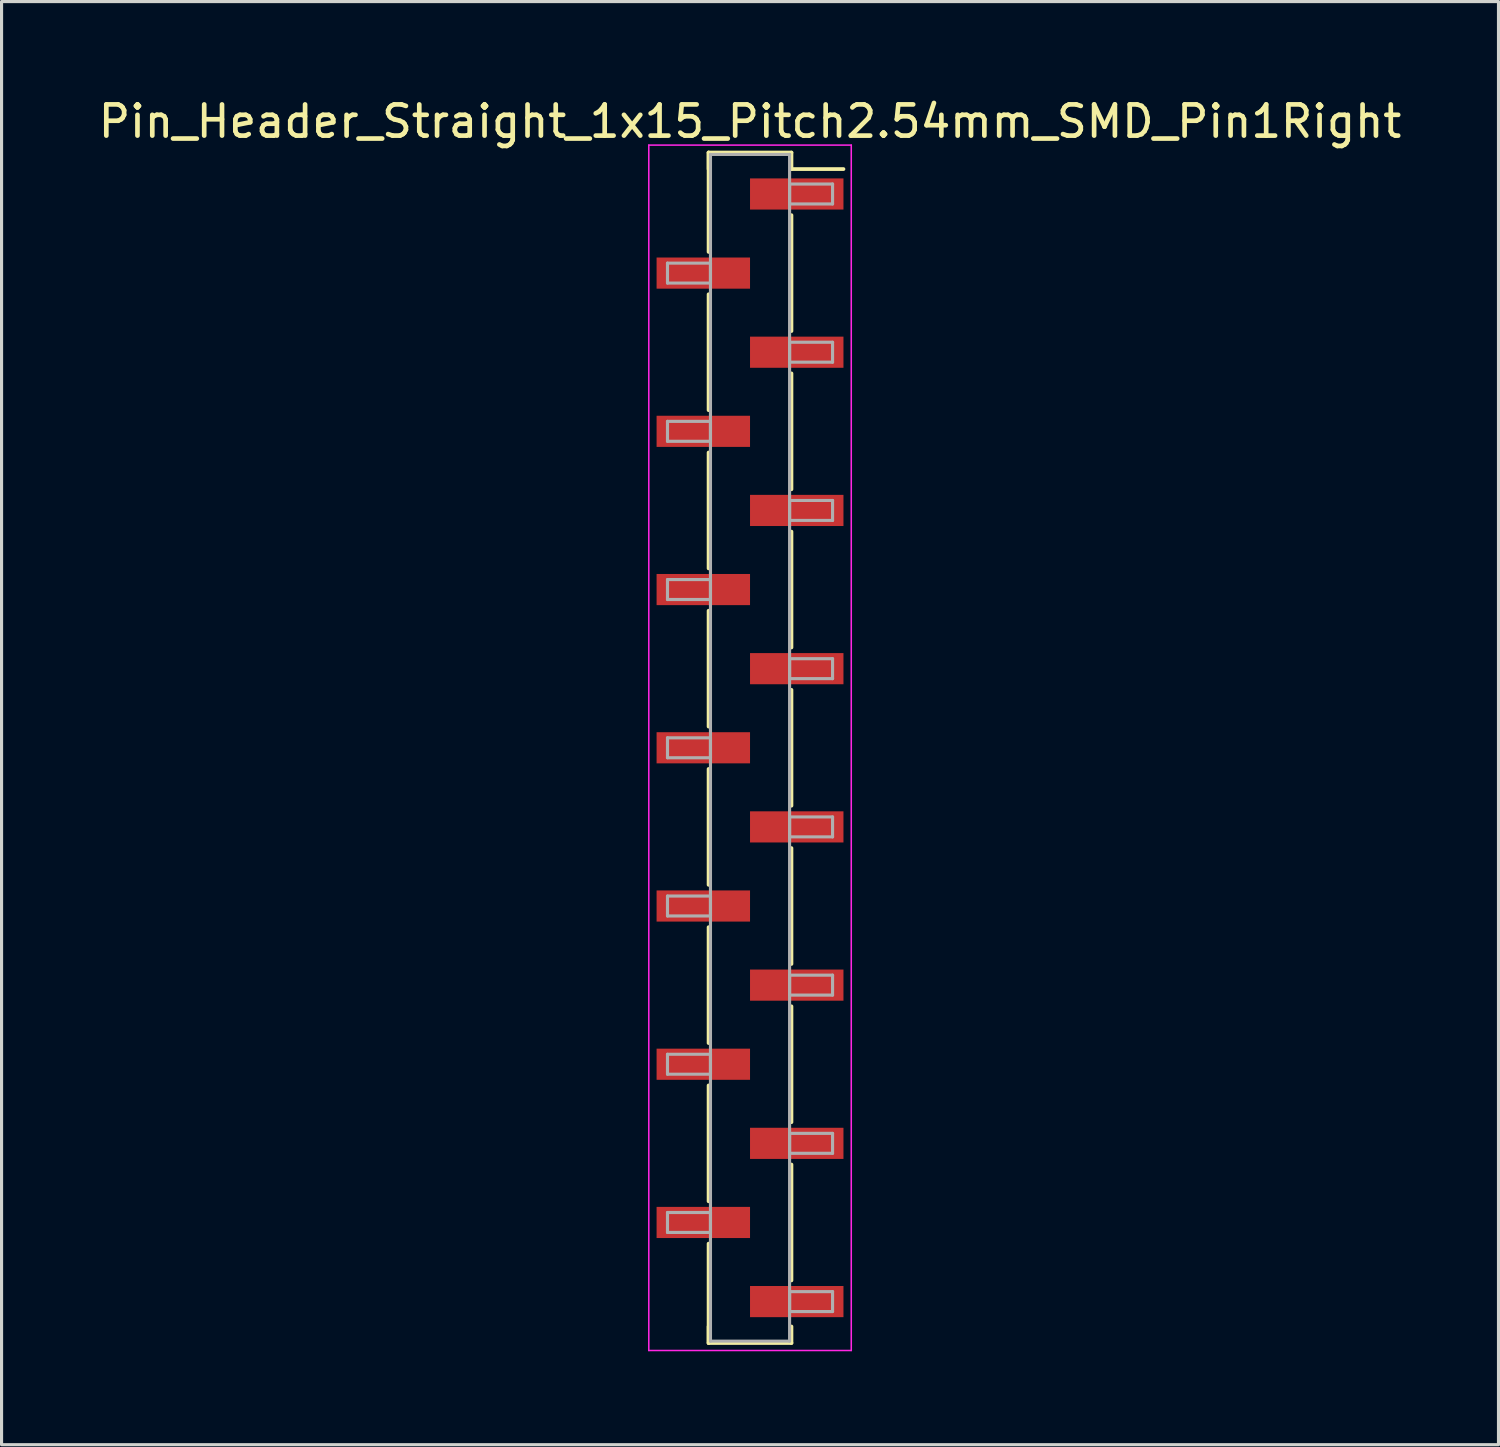
<source format=kicad_pcb>
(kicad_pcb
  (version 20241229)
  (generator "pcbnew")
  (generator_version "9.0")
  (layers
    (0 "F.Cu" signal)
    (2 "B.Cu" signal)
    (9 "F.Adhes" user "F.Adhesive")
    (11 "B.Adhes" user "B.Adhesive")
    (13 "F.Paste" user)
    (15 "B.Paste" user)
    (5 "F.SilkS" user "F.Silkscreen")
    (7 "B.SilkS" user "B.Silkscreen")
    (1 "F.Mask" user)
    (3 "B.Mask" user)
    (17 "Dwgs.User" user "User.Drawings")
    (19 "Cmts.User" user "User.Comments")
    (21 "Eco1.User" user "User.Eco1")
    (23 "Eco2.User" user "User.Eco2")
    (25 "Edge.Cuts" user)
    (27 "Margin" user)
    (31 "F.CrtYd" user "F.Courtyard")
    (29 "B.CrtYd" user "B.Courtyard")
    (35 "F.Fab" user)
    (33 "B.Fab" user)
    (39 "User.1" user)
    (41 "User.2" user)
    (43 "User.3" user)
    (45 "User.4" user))
  (footprint "Pin_Header_Straight_1x15_Pitch2.54mm_SMD_Pin1Right"
    (layer "F.Cu")
    (at 21.03 20.958)
    (property "Reference" "Pin_Header_Straight_1x15_Pitch2.54mm_SMD_Pin1Right" (at 0 -20.11 0) (layer "F.SilkS") (effects (font (size 1 1) (thickness 0.15))))
    (attr smd)
    (fp_line (start -1.33 -19.11) (end -1.33 -15.92) (stroke (width 0.12) (type solid)) (layer "F.SilkS"))
    (fp_line (start -1.33 -19.11) (end 1.33 -19.11) (stroke (width 0.12) (type solid)) (layer "F.SilkS"))
    (fp_line (start -1.33 -18.58) (end -1.33 -19.11) (stroke (width 0.12) (type solid)) (layer "F.SilkS"))
    (fp_line (start -1.33 -14.56) (end -1.33 -10.84) (stroke (width 0.12) (type solid)) (layer "F.SilkS"))
    (fp_line (start -1.33 -9.48) (end -1.33 -5.76) (stroke (width 0.12) (type solid)) (layer "F.SilkS"))
    (fp_line (start -1.33 -4.4) (end -1.33 -0.68) (stroke (width 0.12) (type solid)) (layer "F.SilkS"))
    (fp_line (start -1.33 0.68) (end -1.33 4.4) (stroke (width 0.12) (type solid)) (layer "F.SilkS"))
    (fp_line (start -1.33 5.76) (end -1.33 9.48) (stroke (width 0.12) (type solid)) (layer "F.SilkS"))
    (fp_line (start -1.33 10.84) (end -1.33 14.56) (stroke (width 0.12) (type solid)) (layer "F.SilkS"))
    (fp_line (start -1.33 15.92) (end -1.33 19.11) (stroke (width 0.12) (type solid)) (layer "F.SilkS"))
    (fp_line (start -1.33 18.58) (end -1.33 19.11) (stroke (width 0.12) (type solid)) (layer "F.SilkS"))
    (fp_line (start -1.33 19.11) (end 1.33 19.11) (stroke (width 0.12) (type solid)) (layer "F.SilkS"))
    (fp_line (start 1.33 -19.11) (end 1.33 -18.58) (stroke (width 0.12) (type solid)) (layer "F.SilkS"))
    (fp_line (start 1.33 -18.58) (end 3 -18.58) (stroke (width 0.12) (type solid)) (layer "F.SilkS"))
    (fp_line (start 1.33 -17.1) (end 1.33 -13.38) (stroke (width 0.12) (type solid)) (layer "F.SilkS"))
    (fp_line (start 1.33 -12.02) (end 1.33 -8.3) (stroke (width 0.12) (type solid)) (layer "F.SilkS"))
    (fp_line (start 1.33 -6.94) (end 1.33 -3.22) (stroke (width 0.12) (type solid)) (layer "F.SilkS"))
    (fp_line (start 1.33 -1.86) (end 1.33 1.86) (stroke (width 0.12) (type solid)) (layer "F.SilkS"))
    (fp_line (start 1.33 3.22) (end 1.33 6.94) (stroke (width 0.12) (type solid)) (layer "F.SilkS"))
    (fp_line (start 1.33 8.3) (end 1.33 12.02) (stroke (width 0.12) (type solid)) (layer "F.SilkS"))
    (fp_line (start 1.33 13.38) (end 1.33 17.1) (stroke (width 0.12) (type solid)) (layer "F.SilkS"))
    (fp_line (start 1.33 19.11) (end 1.33 18.58) (stroke (width 0.12) (type solid)) (layer "F.SilkS"))
    (fp_line (start -3.25 -19.35) (end -3.25 19.35) (stroke (width 0.05) (type solid)) (layer "F.CrtYd"))
    (fp_line (start -3.25 19.35) (end 3.25 19.35) (stroke (width 0.05) (type solid)) (layer "F.CrtYd"))
    (fp_line (start 3.25 -19.35) (end -3.25 -19.35) (stroke (width 0.05) (type solid)) (layer "F.CrtYd"))
    (fp_line (start 3.25 19.35) (end 3.25 -19.35) (stroke (width 0.05) (type solid)) (layer "F.CrtYd"))
    (fp_line (start -2.65 -15.56) (end -1.27 -15.56) (stroke (width 0.1) (type solid)) (layer "F.Fab"))
    (fp_line (start -2.65 -14.92) (end -2.65 -15.56) (stroke (width 0.1) (type solid)) (layer "F.Fab"))
    (fp_line (start -2.65 -10.48) (end -1.27 -10.48) (stroke (width 0.1) (type solid)) (layer "F.Fab"))
    (fp_line (start -2.65 -9.84) (end -2.65 -10.48) (stroke (width 0.1) (type solid)) (layer "F.Fab"))
    (fp_line (start -2.65 -5.4) (end -1.27 -5.4) (stroke (width 0.1) (type solid)) (layer "F.Fab"))
    (fp_line (start -2.65 -4.76) (end -2.65 -5.4) (stroke (width 0.1) (type solid)) (layer "F.Fab"))
    (fp_line (start -2.65 -0.32) (end -1.27 -0.32) (stroke (width 0.1) (type solid)) (layer "F.Fab"))
    (fp_line (start -2.65 0.32) (end -2.65 -0.32) (stroke (width 0.1) (type solid)) (layer "F.Fab"))
    (fp_line (start -2.65 4.76) (end -1.27 4.76) (stroke (width 0.1) (type solid)) (layer "F.Fab"))
    (fp_line (start -2.65 5.4) (end -2.65 4.76) (stroke (width 0.1) (type solid)) (layer "F.Fab"))
    (fp_line (start -2.65 9.84) (end -1.27 9.84) (stroke (width 0.1) (type solid)) (layer "F.Fab"))
    (fp_line (start -2.65 10.48) (end -2.65 9.84) (stroke (width 0.1) (type solid)) (layer "F.Fab"))
    (fp_line (start -2.65 14.92) (end -1.27 14.92) (stroke (width 0.1) (type solid)) (layer "F.Fab"))
    (fp_line (start -2.65 15.56) (end -2.65 14.92) (stroke (width 0.1) (type solid)) (layer "F.Fab"))
    (fp_line (start -1.27 -19.05) (end -1.27 19.05) (stroke (width 0.1) (type solid)) (layer "F.Fab"))
    (fp_line (start -1.27 -15.56) (end -1.27 -14.92) (stroke (width 0.1) (type solid)) (layer "F.Fab"))
    (fp_line (start -1.27 -14.92) (end -2.65 -14.92) (stroke (width 0.1) (type solid)) (layer "F.Fab"))
    (fp_line (start -1.27 -10.48) (end -1.27 -9.84) (stroke (width 0.1) (type solid)) (layer "F.Fab"))
    (fp_line (start -1.27 -9.84) (end -2.65 -9.84) (stroke (width 0.1) (type solid)) (layer "F.Fab"))
    (fp_line (start -1.27 -5.4) (end -1.27 -4.76) (stroke (width 0.1) (type solid)) (layer "F.Fab"))
    (fp_line (start -1.27 -4.76) (end -2.65 -4.76) (stroke (width 0.1) (type solid)) (layer "F.Fab"))
    (fp_line (start -1.27 -0.32) (end -1.27 0.32) (stroke (width 0.1) (type solid)) (layer "F.Fab"))
    (fp_line (start -1.27 0.32) (end -2.65 0.32) (stroke (width 0.1) (type solid)) (layer "F.Fab"))
    (fp_line (start -1.27 4.76) (end -1.27 5.4) (stroke (width 0.1) (type solid)) (layer "F.Fab"))
    (fp_line (start -1.27 5.4) (end -2.65 5.4) (stroke (width 0.1) (type solid)) (layer "F.Fab"))
    (fp_line (start -1.27 9.84) (end -1.27 10.48) (stroke (width 0.1) (type solid)) (layer "F.Fab"))
    (fp_line (start -1.27 10.48) (end -2.65 10.48) (stroke (width 0.1) (type solid)) (layer "F.Fab"))
    (fp_line (start -1.27 14.92) (end -1.27 15.56) (stroke (width 0.1) (type solid)) (layer "F.Fab"))
    (fp_line (start -1.27 15.56) (end -2.65 15.56) (stroke (width 0.1) (type solid)) (layer "F.Fab"))
    (fp_line (start -1.27 19.05) (end 1.27 19.05) (stroke (width 0.1) (type solid)) (layer "F.Fab"))
    (fp_line (start 1.27 -19.05) (end -1.27 -19.05) (stroke (width 0.1) (type solid)) (layer "F.Fab"))
    (fp_line (start 1.27 -18.1) (end 1.27 -17.46) (stroke (width 0.1) (type solid)) (layer "F.Fab"))
    (fp_line (start 1.27 -17.46) (end 2.65 -17.46) (stroke (width 0.1) (type solid)) (layer "F.Fab"))
    (fp_line (start 1.27 -13.02) (end 1.27 -12.38) (stroke (width 0.1) (type solid)) (layer "F.Fab"))
    (fp_line (start 1.27 -12.38) (end 2.65 -12.38) (stroke (width 0.1) (type solid)) (layer "F.Fab"))
    (fp_line (start 1.27 -7.94) (end 1.27 -7.3) (stroke (width 0.1) (type solid)) (layer "F.Fab"))
    (fp_line (start 1.27 -7.3) (end 2.65 -7.3) (stroke (width 0.1) (type solid)) (layer "F.Fab"))
    (fp_line (start 1.27 -2.86) (end 1.27 -2.22) (stroke (width 0.1) (type solid)) (layer "F.Fab"))
    (fp_line (start 1.27 -2.22) (end 2.65 -2.22) (stroke (width 0.1) (type solid)) (layer "F.Fab"))
    (fp_line (start 1.27 2.22) (end 1.27 2.86) (stroke (width 0.1) (type solid)) (layer "F.Fab"))
    (fp_line (start 1.27 2.86) (end 2.65 2.86) (stroke (width 0.1) (type solid)) (layer "F.Fab"))
    (fp_line (start 1.27 7.3) (end 1.27 7.94) (stroke (width 0.1) (type solid)) (layer "F.Fab"))
    (fp_line (start 1.27 7.94) (end 2.65 7.94) (stroke (width 0.1) (type solid)) (layer "F.Fab"))
    (fp_line (start 1.27 12.38) (end 1.27 13.02) (stroke (width 0.1) (type solid)) (layer "F.Fab"))
    (fp_line (start 1.27 13.02) (end 2.65 13.02) (stroke (width 0.1) (type solid)) (layer "F.Fab"))
    (fp_line (start 1.27 17.46) (end 1.27 18.1) (stroke (width 0.1) (type solid)) (layer "F.Fab"))
    (fp_line (start 1.27 18.1) (end 2.65 18.1) (stroke (width 0.1) (type solid)) (layer "F.Fab"))
    (fp_line (start 1.27 19.05) (end 1.27 -19.05) (stroke (width 0.1) (type solid)) (layer "F.Fab"))
    (fp_line (start 2.65 -18.1) (end 1.27 -18.1) (stroke (width 0.1) (type solid)) (layer "F.Fab"))
    (fp_line (start 2.65 -17.46) (end 2.65 -18.1) (stroke (width 0.1) (type solid)) (layer "F.Fab"))
    (fp_line (start 2.65 -13.02) (end 1.27 -13.02) (stroke (width 0.1) (type solid)) (layer "F.Fab"))
    (fp_line (start 2.65 -12.38) (end 2.65 -13.02) (stroke (width 0.1) (type solid)) (layer "F.Fab"))
    (fp_line (start 2.65 -7.94) (end 1.27 -7.94) (stroke (width 0.1) (type solid)) (layer "F.Fab"))
    (fp_line (start 2.65 -7.3) (end 2.65 -7.94) (stroke (width 0.1) (type solid)) (layer "F.Fab"))
    (fp_line (start 2.65 -2.86) (end 1.27 -2.86) (stroke (width 0.1) (type solid)) (layer "F.Fab"))
    (fp_line (start 2.65 -2.22) (end 2.65 -2.86) (stroke (width 0.1) (type solid)) (layer "F.Fab"))
    (fp_line (start 2.65 2.22) (end 1.27 2.22) (stroke (width 0.1) (type solid)) (layer "F.Fab"))
    (fp_line (start 2.65 2.86) (end 2.65 2.22) (stroke (width 0.1) (type solid)) (layer "F.Fab"))
    (fp_line (start 2.65 7.3) (end 1.27 7.3) (stroke (width 0.1) (type solid)) (layer "F.Fab"))
    (fp_line (start 2.65 7.94) (end 2.65 7.3) (stroke (width 0.1) (type solid)) (layer "F.Fab"))
    (fp_line (start 2.65 12.38) (end 1.27 12.38) (stroke (width 0.1) (type solid)) (layer "F.Fab"))
    (fp_line (start 2.65 13.02) (end 2.65 12.38) (stroke (width 0.1) (type solid)) (layer "F.Fab"))
    (fp_line (start 2.65 17.46) (end 1.27 17.46) (stroke (width 0.1) (type solid)) (layer "F.Fab"))
    (fp_line (start 2.65 18.1) (end 2.65 17.46) (stroke (width 0.1) (type solid)) (layer "F.Fab"))
    (pad "1" smd rect (at 1.5 -17.78) (size 3 1) (layers "F.Cu" "F.Mask"))
    (pad "2" smd rect (at -1.5 -15.24) (size 3 1) (layers "F.Cu" "F.Mask"))
    (pad "3" smd rect (at 1.5 -12.7) (size 3 1) (layers "F.Cu" "F.Mask"))
    (pad "4" smd rect (at -1.5 -10.16) (size 3 1) (layers "F.Cu" "F.Mask"))
    (pad "5" smd rect (at 1.5 -7.62) (size 3 1) (layers "F.Cu" "F.Mask"))
    (pad "6" smd rect (at -1.5 -5.08) (size 3 1) (layers "F.Cu" "F.Mask"))
    (pad "7" smd rect (at 1.5 -2.54) (size 3 1) (layers "F.Cu" "F.Mask"))
    (pad "8" smd rect (at -1.5 0) (size 3 1) (layers "F.Cu" "F.Mask"))
    (pad "9" smd rect (at 1.5 2.54) (size 3 1) (layers "F.Cu" "F.Mask"))
    (pad "10" smd rect (at -1.5 5.08) (size 3 1) (layers "F.Cu" "F.Mask"))
    (pad "11" smd rect (at 1.5 7.62) (size 3 1) (layers "F.Cu" "F.Mask"))
    (pad "12" smd rect (at -1.5 10.16) (size 3 1) (layers "F.Cu" "F.Mask"))
    (pad "13" smd rect (at 1.5 12.7) (size 3 1) (layers "F.Cu" "F.Mask"))
    (pad "14" smd rect (at -1.5 15.24) (size 3 1) (layers "F.Cu" "F.Mask"))
    (pad "15" smd rect (at 1.5 17.78) (size 3 1) (layers "F.Cu" "F.Mask")))
  (gr_rect
    (start -3 -3)
    (end 45.06 43.333)
    (stroke (width 0.1) (type default))
    (fill no)
    (layer "Edge.Cuts")))
</source>
